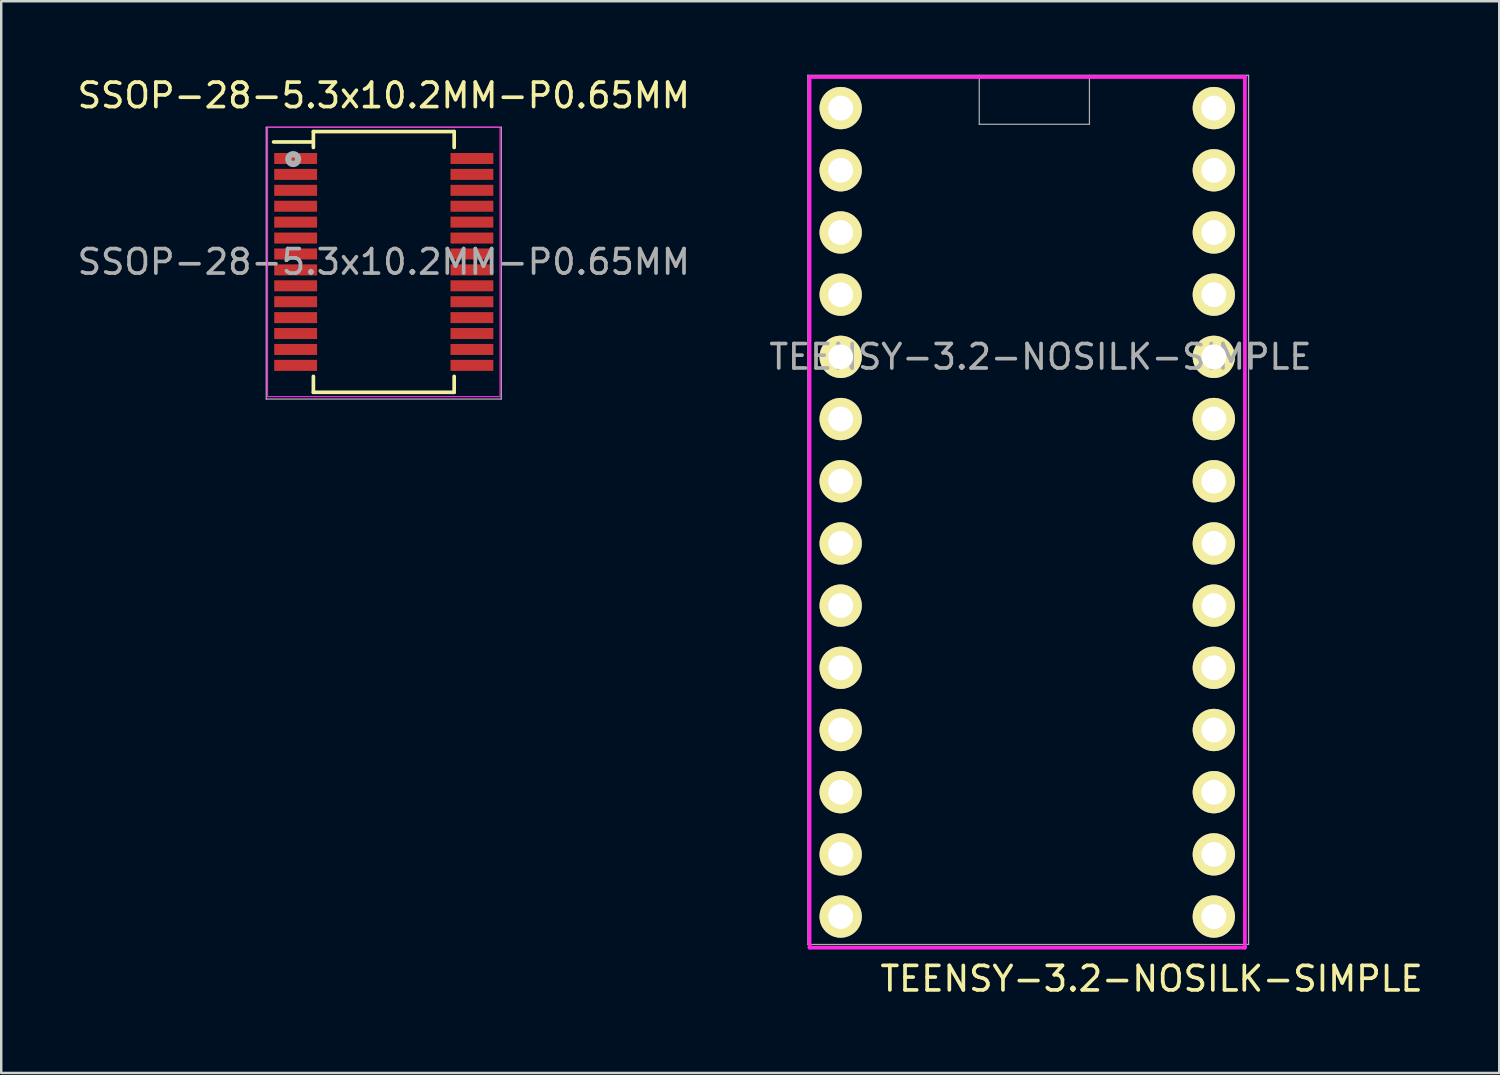
<source format=kicad_pcb>
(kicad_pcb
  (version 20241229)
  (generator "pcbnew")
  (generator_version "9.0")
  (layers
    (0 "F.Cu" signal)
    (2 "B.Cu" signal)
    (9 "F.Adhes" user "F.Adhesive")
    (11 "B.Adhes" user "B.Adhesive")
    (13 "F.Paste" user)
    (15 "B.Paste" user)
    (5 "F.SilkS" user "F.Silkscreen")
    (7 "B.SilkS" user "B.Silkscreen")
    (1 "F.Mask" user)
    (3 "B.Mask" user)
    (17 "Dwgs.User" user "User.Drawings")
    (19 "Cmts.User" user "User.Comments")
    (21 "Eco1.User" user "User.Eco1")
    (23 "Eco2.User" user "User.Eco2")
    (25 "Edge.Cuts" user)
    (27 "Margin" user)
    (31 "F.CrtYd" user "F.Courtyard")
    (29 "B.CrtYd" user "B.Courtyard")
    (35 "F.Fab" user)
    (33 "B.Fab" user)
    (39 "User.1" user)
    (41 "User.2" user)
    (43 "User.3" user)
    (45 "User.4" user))
  (footprint "SSOP-28-5.3x10.2MM-P0.65MM"
    (layer "F.Cu")
    (at 12.625 7.648)
    (property "Reference" "SSOP-28-5.3x10.2MM-P0.65MM" (at 0 0 0) (layer "F.Fab") (effects (font (size 1 1) (thickness 0.15))))
    (attr smd)
    (fp_line (start -2.9 -4.9) (end -4.5 -4.9) (stroke (width 0.15) (type solid)) (layer "F.SilkS"))
    (fp_line (start -2.875 -5.325) (end -2.875 -4.675) (stroke (width 0.15) (type solid)) (layer "F.SilkS"))
    (fp_line (start -2.875 -5.325) (end 2.875 -5.325) (stroke (width 0.15) (type solid)) (layer "F.SilkS"))
    (fp_line (start -2.875 5.325) (end -2.875 4.675) (stroke (width 0.15) (type solid)) (layer "F.SilkS"))
    (fp_line (start -2.875 5.325) (end 2.875 5.325) (stroke (width 0.15) (type solid)) (layer "F.SilkS"))
    (fp_line (start 2.875 -5.325) (end 2.875 -4.675) (stroke (width 0.15) (type solid)) (layer "F.SilkS"))
    (fp_line (start 2.875 5.325) (end 2.875 4.675) (stroke (width 0.15) (type solid)) (layer "F.SilkS"))
    (fp_line (start -4.75 -5.5) (end -4.75 5.5) (stroke (width 0.05) (type solid)) (layer "F.CrtYd"))
    (fp_line (start -4.75 -5.5) (end 4.75 -5.5) (stroke (width 0.05) (type solid)) (layer "F.CrtYd"))
    (fp_line (start -4.75 5.5) (end 4.75 5.5) (stroke (width 0.05) (type solid)) (layer "F.CrtYd"))
    (fp_line (start 4.75 -5.5) (end 4.75 5.5) (stroke (width 0.05) (type solid)) (layer "F.CrtYd"))
    (fp_line (start -4.8 -5.5) (end -4.8 5.6) (stroke (width 0.051) (type solid)) (layer "F.Fab"))
    (fp_line (start -4.8 5.6) (end 4.8 5.6) (stroke (width 0.051) (type solid)) (layer "F.Fab"))
    (fp_line (start 4.8 -5.5) (end -4.8 -5.5) (stroke (width 0.051) (type solid)) (layer "F.Fab"))
    (fp_line (start 4.8 5.6) (end 4.8 -5.5) (stroke (width 0.051) (type solid)) (layer "F.Fab"))
    (fp_circle (center -3.7 -4.2) (end -3.7 -4) (stroke (width 0.254) (type solid)) (fill no) (layer "F.Fab"))
    (fp_text user "${REFERENCE}" (at 0 -6.8 0) (layer "F.SilkS") (effects (font (size 1 1) (thickness 0.15))))
    (pad "1" smd rect (at -3.6 -4.225) (size 1.75 0.45) (layers "F.Cu" "F.Mask" "F.Paste"))
    (pad "2" smd rect (at -3.6 -3.575) (size 1.75 0.45) (layers "F.Cu" "F.Mask" "F.Paste"))
    (pad "3" smd rect (at -3.6 -2.925) (size 1.75 0.45) (layers "F.Cu" "F.Mask" "F.Paste"))
    (pad "4" smd rect (at -3.6 -2.275) (size 1.75 0.45) (layers "F.Cu" "F.Mask" "F.Paste"))
    (pad "5" smd rect (at -3.6 -1.625) (size 1.75 0.45) (layers "F.Cu" "F.Mask" "F.Paste"))
    (pad "6" smd rect (at -3.6 -0.975) (size 1.75 0.45) (layers "F.Cu" "F.Mask" "F.Paste"))
    (pad "7" smd rect (at -3.6 -0.325) (size 1.75 0.45) (layers "F.Cu" "F.Mask" "F.Paste"))
    (pad "8" smd rect (at -3.6 0.325) (size 1.75 0.45) (layers "F.Cu" "F.Mask" "F.Paste"))
    (pad "9" smd rect (at -3.6 0.975) (size 1.75 0.45) (layers "F.Cu" "F.Mask" "F.Paste"))
    (pad "10" smd rect (at -3.6 1.625) (size 1.75 0.45) (layers "F.Cu" "F.Mask" "F.Paste"))
    (pad "11" smd rect (at -3.6 2.275) (size 1.75 0.45) (layers "F.Cu" "F.Mask" "F.Paste"))
    (pad "12" smd rect (at -3.6 2.925) (size 1.75 0.45) (layers "F.Cu" "F.Mask" "F.Paste"))
    (pad "13" smd rect (at -3.6 3.575) (size 1.75 0.45) (layers "F.Cu" "F.Mask" "F.Paste"))
    (pad "14" smd rect (at -3.6 4.225) (size 1.75 0.45) (layers "F.Cu" "F.Mask" "F.Paste"))
    (pad "15" smd rect (at 3.6 4.225) (size 1.75 0.45) (layers "F.Cu" "F.Mask" "F.Paste"))
    (pad "16" smd rect (at 3.6 3.575) (size 1.75 0.45) (layers "F.Cu" "F.Mask" "F.Paste"))
    (pad "17" smd rect (at 3.6 2.925) (size 1.75 0.45) (layers "F.Cu" "F.Mask" "F.Paste"))
    (pad "18" smd rect (at 3.6 2.275) (size 1.75 0.45) (layers "F.Cu" "F.Mask" "F.Paste"))
    (pad "19" smd rect (at 3.6 1.625) (size 1.75 0.45) (layers "F.Cu" "F.Mask" "F.Paste"))
    (pad "20" smd rect (at 3.6 0.975) (size 1.75 0.45) (layers "F.Cu" "F.Mask" "F.Paste"))
    (pad "21" smd rect (at 3.6 0.325) (size 1.75 0.45) (layers "F.Cu" "F.Mask" "F.Paste"))
    (pad "22" smd rect (at 3.6 -0.325) (size 1.75 0.45) (layers "F.Cu" "F.Mask" "F.Paste"))
    (pad "23" smd rect (at 3.6 -0.975) (size 1.75 0.45) (layers "F.Cu" "F.Mask" "F.Paste"))
    (pad "24" smd rect (at 3.6 -1.625) (size 1.75 0.45) (layers "F.Cu" "F.Mask" "F.Paste"))
    (pad "25" smd rect (at 3.6 -2.275) (size 1.75 0.45) (layers "F.Cu" "F.Mask" "F.Paste"))
    (pad "26" smd rect (at 3.6 -2.925) (size 1.75 0.45) (layers "F.Cu" "F.Mask" "F.Paste"))
    (pad "27" smd rect (at 3.6 -3.575) (size 1.75 0.45) (layers "F.Cu" "F.Mask" "F.Paste"))
    (pad "28" smd rect (at 3.6 -4.225) (size 1.75 0.45) (layers "F.Cu" "F.Mask" "F.Paste")))
  (footprint "TEENSY-3.2-NOSILK-SIMPLE"
    (layer "F.Cu")
    (at 41.446 11.525)
    (property "Reference" "TEENSY-3.2-NOSILK-SIMPLE" (at -2 0 0) (layer "F.Fab") (effects (font (size 1 1) (thickness 0.15))))
    (attr through_hole)
    (fp_line (start -11.43 -11.43) (end -11.43 24.13) (stroke (width 0.152) (type solid)) (layer "F.CrtYd"))
    (fp_line (start -11.43 24.13) (end 6.35 24.13) (stroke (width 0.152) (type solid)) (layer "F.CrtYd"))
    (fp_line (start 6.35 -11.43) (end -11.43 -11.43) (stroke (width 0.152) (type solid)) (layer "F.CrtYd"))
    (fp_line (start 6.35 24.13) (end 6.35 -11.43) (stroke (width 0.152) (type solid)) (layer "F.CrtYd"))
    (fp_line (start -11.5 -11.5) (end -11.5 24) (stroke (width 0.05) (type solid)) (layer "F.Fab"))
    (fp_line (start -11.5 24) (end 6.5 24) (stroke (width 0.05) (type solid)) (layer "F.Fab"))
    (fp_line (start -4.5 -11.5) (end -4.5 -9.5) (stroke (width 0.05) (type solid)) (layer "F.Fab"))
    (fp_line (start -4.5 -9.5) (end 0 -9.5) (stroke (width 0.05) (type solid)) (layer "F.Fab"))
    (fp_line (start 0 -9.5) (end 0 -11.5) (stroke (width 0.05) (type solid)) (layer "F.Fab"))
    (fp_line (start 6.5 -11.5) (end -11.5 -11.5) (stroke (width 0.05) (type solid)) (layer "F.Fab"))
    (fp_line (start 6.5 24) (end 6.5 -11.5) (stroke (width 0.05) (type solid)) (layer "F.Fab"))
    (fp_text user "${REFERENCE}" (at 2.54 25.4 0) (layer "F.SilkS") (effects (font (size 1 1) (thickness 0.15))))
    (pad "0" thru_hole circle (at -10.16 -7.62) (size 1.727 1.727) (drill 1.016) (layers "*.Cu" "*.Mask" "F.SilkS"))
    (pad "1" thru_hole circle (at -10.16 -5.08) (size 1.727 1.727) (drill 1.016) (layers "*.Cu" "*.Mask" "F.SilkS"))
    (pad "2" thru_hole circle (at -10.16 -2.54) (size 1.727 1.727) (drill 1.016) (layers "*.Cu" "*.Mask" "F.SilkS"))
    (pad "3" thru_hole circle (at -10.16 0) (size 1.727 1.727) (drill 1.016) (layers "*.Cu" "*.Mask" "F.SilkS"))
    (pad "3V2" thru_hole circle (at 5.08 -5.08) (size 1.727 1.727) (drill 1.016) (layers "*.Cu" "*.Mask" "F.SilkS"))
    (pad "4" thru_hole circle (at -10.16 2.54) (size 1.727 1.727) (drill 1.016) (layers "*.Cu" "*.Mask" "F.SilkS"))
    (pad "5" thru_hole circle (at -10.16 5.08) (size 1.727 1.727) (drill 1.016) (layers "*.Cu" "*.Mask" "F.SilkS"))
    (pad "6" thru_hole circle (at -10.16 7.62) (size 1.727 1.727) (drill 1.016) (layers "*.Cu" "*.Mask" "F.SilkS"))
    (pad "7" thru_hole circle (at -10.16 10.16) (size 1.727 1.727) (drill 1.016) (layers "*.Cu" "*.Mask" "F.SilkS"))
    (pad "8" thru_hole circle (at -10.16 12.7) (size 1.727 1.727) (drill 1.016) (layers "*.Cu" "*.Mask" "F.SilkS"))
    (pad "9" thru_hole circle (at -10.16 15.24) (size 1.727 1.727) (drill 1.016) (layers "*.Cu" "*.Mask" "F.SilkS"))
    (pad "10" thru_hole circle (at -10.16 17.78) (size 1.727 1.727) (drill 1.016) (layers "*.Cu" "*.Mask" "F.SilkS"))
    (pad "11" thru_hole circle (at -10.16 20.32) (size 1.727 1.727) (drill 1.016) (layers "*.Cu" "*.Mask" "F.SilkS"))
    (pad "12" thru_hole circle (at -10.16 22.86) (size 1.727 1.727) (drill 1.016) (layers "*.Cu" "*.Mask" "F.SilkS"))
    (pad "13" thru_hole circle (at 5.08 22.86) (size 1.727 1.727) (drill 1.016) (layers "*.Cu" "*.Mask" "F.SilkS"))
    (pad "14" thru_hole circle (at 5.08 20.32) (size 1.727 1.727) (drill 1.016) (layers "*.Cu" "*.Mask" "F.SilkS"))
    (pad "15" thru_hole circle (at 5.08 17.78) (size 1.727 1.727) (drill 1.016) (layers "*.Cu" "*.Mask" "F.SilkS"))
    (pad "16" thru_hole circle (at 5.08 15.24) (size 1.727 1.727) (drill 1.016) (layers "*.Cu" "*.Mask" "F.SilkS"))
    (pad "17" thru_hole circle (at 5.08 12.7) (size 1.727 1.727) (drill 1.016) (layers "*.Cu" "*.Mask" "F.SilkS"))
    (pad "18" thru_hole circle (at 5.08 10.16) (size 1.727 1.727) (drill 1.016) (layers "*.Cu" "*.Mask" "F.SilkS"))
    (pad "19" thru_hole circle (at 5.08 7.62) (size 1.727 1.727) (drill 1.016) (layers "*.Cu" "*.Mask" "F.SilkS"))
    (pad "20" thru_hole circle (at 5.08 5.08) (size 1.727 1.727) (drill 1.016) (layers "*.Cu" "*.Mask" "F.SilkS"))
    (pad "21" thru_hole circle (at 5.08 2.54) (size 1.727 1.727) (drill 1.016) (layers "*.Cu" "*.Mask" "F.SilkS"))
    (pad "22" thru_hole circle (at 5.08 0) (size 1.727 1.727) (drill 1.016) (layers "*.Cu" "*.Mask" "F.SilkS"))
    (pad "23" thru_hole circle (at 5.08 -2.54) (size 1.727 1.727) (drill 1.016) (layers "*.Cu" "*.Mask" "F.SilkS"))
    (pad "AG" thru_hole circle (at 5.08 -7.62) (size 1.727 1.727) (drill 1.016) (layers "*.Cu" "*.Mask" "F.SilkS"))
    (pad "G1" thru_hole circle (at -10.16 -10.16) (size 1.727 1.727) (drill 1.016) (layers "*.Cu" "*.Mask" "F.SilkS"))
    (pad "VIN" thru_hole circle (at 5.08 -10.16) (size 1.727 1.727) (drill 1.016) (layers "*.Cu" "*.Mask" "F.SilkS")))
  (gr_rect
    (start -3 -3)
    (end 58.183 40.773)
    (stroke (width 0.1) (type default))
    (fill no)
    (layer "Edge.Cuts")))
</source>
